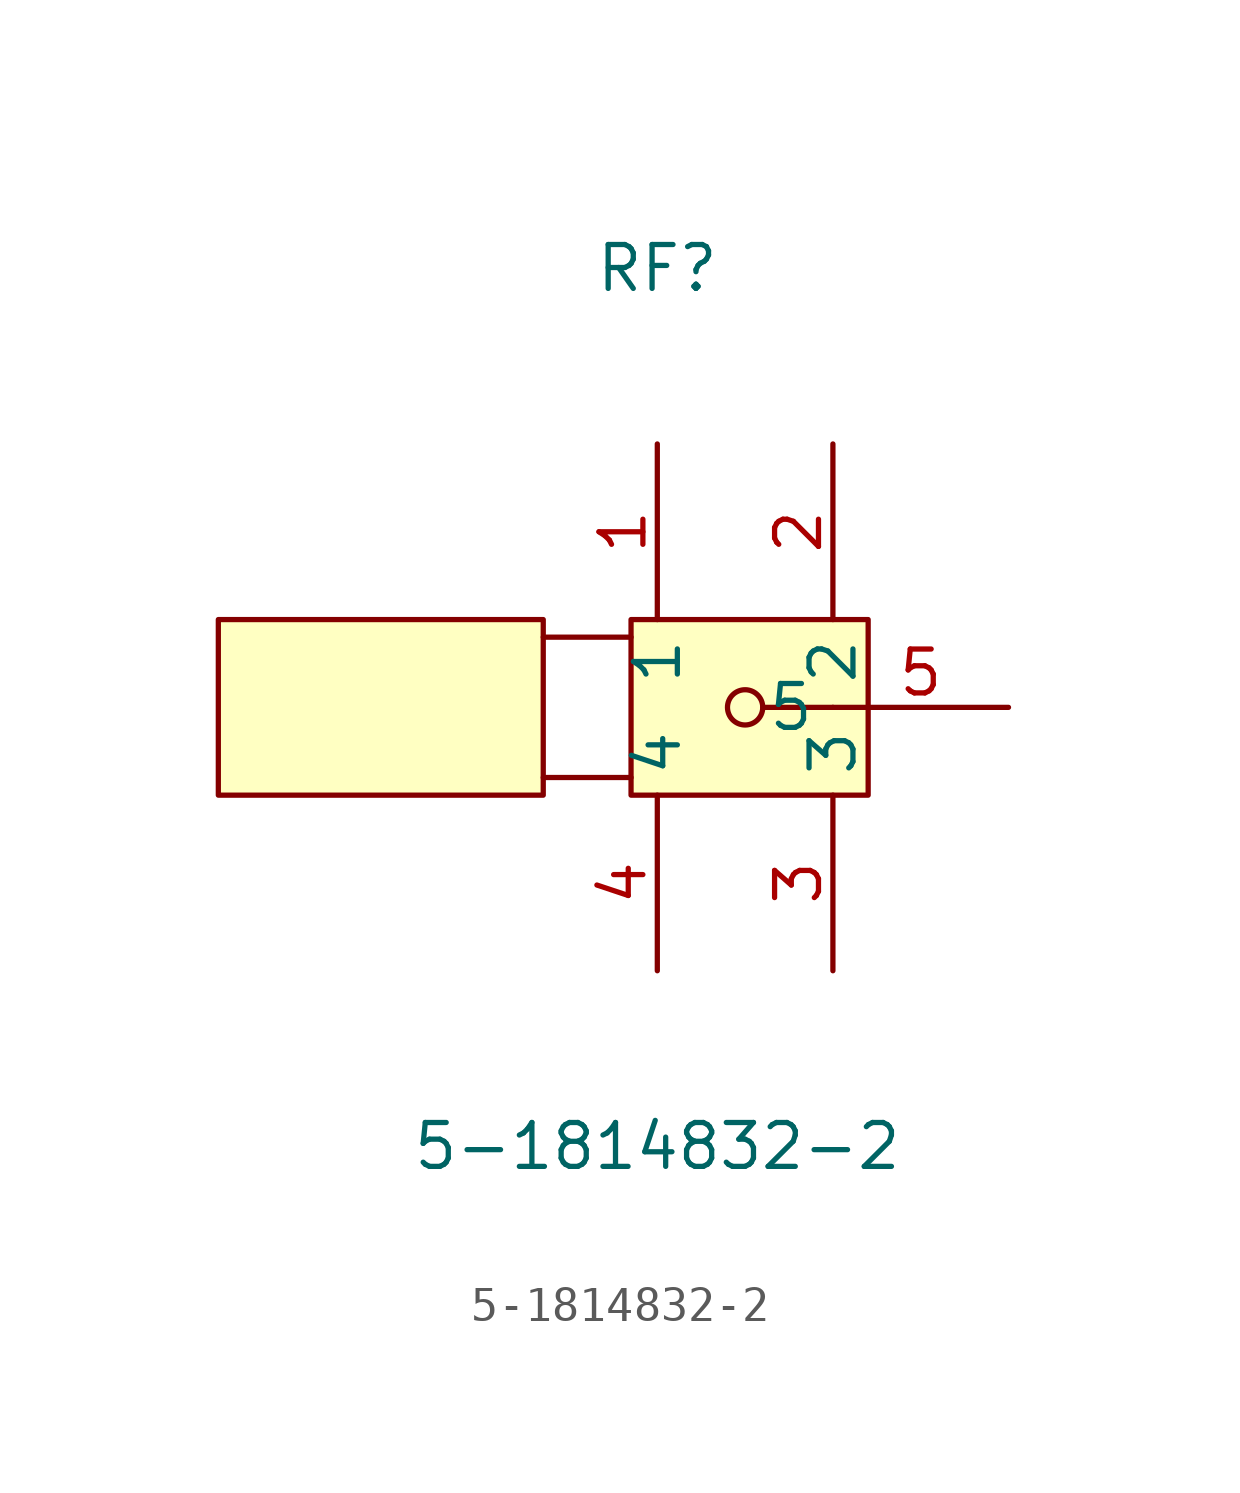
<source format=kicad_sym>
(kicad_symbol_lib
  (version 20211014)
  (generator https://github.com/uPesy/easyeda2kicad.py)
  (symbol "5-1814832-2"
    (property "Reference" "RF"
      (at 0 12.70 0)
      (effects (font (size 1.27 1.27))))
    (property "Value" "5-1814832-2"
      (at 0 -12.70 0)
      (effects (font (size 1.27 1.27))))
    (symbol "5-1814832-2_0_1"
      (rectangle (start -12.70 2.54) (end -3.30 -2.54) (stroke (width 0) (type default) (color 0 0 0 0)) (fill (type background)))
      (rectangle (start -0.76 2.54) (end 6.10 -2.54) (stroke (width 0) (type default) (color 0 0 0 0)) (fill (type background)))
      (circle (center 2.54 -0.00) (radius 0.51) (stroke (width 0) (type default) (color 0 0 0 0)) (fill (type none)))
      (polyline (pts (xy -3.30 2.03) (xy -0.76 2.03)) (stroke (width 0) (type default) (color 0 0 0 0)) (fill (type none)))
      (polyline (pts (xy -3.30 -2.03) (xy -0.76 -2.03)) (stroke (width 0) (type default) (color 0 0 0 0)) (fill (type none)))
      (polyline (pts (xy 3.05 -0.00) (xy 5.08 -0.00)) (stroke (width 0) (type default) (color 0 0 0 0)) (fill (type none)))
      (pin unspecified line (at 0.00 7.62 270) (length 5.08) (name "1" (effects (font (size 1.27 1.27)))) (number "1" (effects (font (size 1.27 1.27)))))
      (pin unspecified line (at 5.08 7.62 270) (length 5.08) (name "2" (effects (font (size 1.27 1.27)))) (number "2" (effects (font (size 1.27 1.27)))))
      (pin unspecified line (at 5.08 -7.62 90) (length 5.08) (name "3" (effects (font (size 1.27 1.27)))) (number "3" (effects (font (size 1.27 1.27)))))
      (pin unspecified line (at 0.00 -7.62 90) (length 5.08) (name "4" (effects (font (size 1.27 1.27)))) (number "4" (effects (font (size 1.27 1.27)))))
      (pin unspecified line (at 10.16 -0.00 180) (length 5.08) (name "5" (effects (font (size 1.27 1.27)))) (number "5" (effects (font (size 1.27 1.27))))))))
</source>
